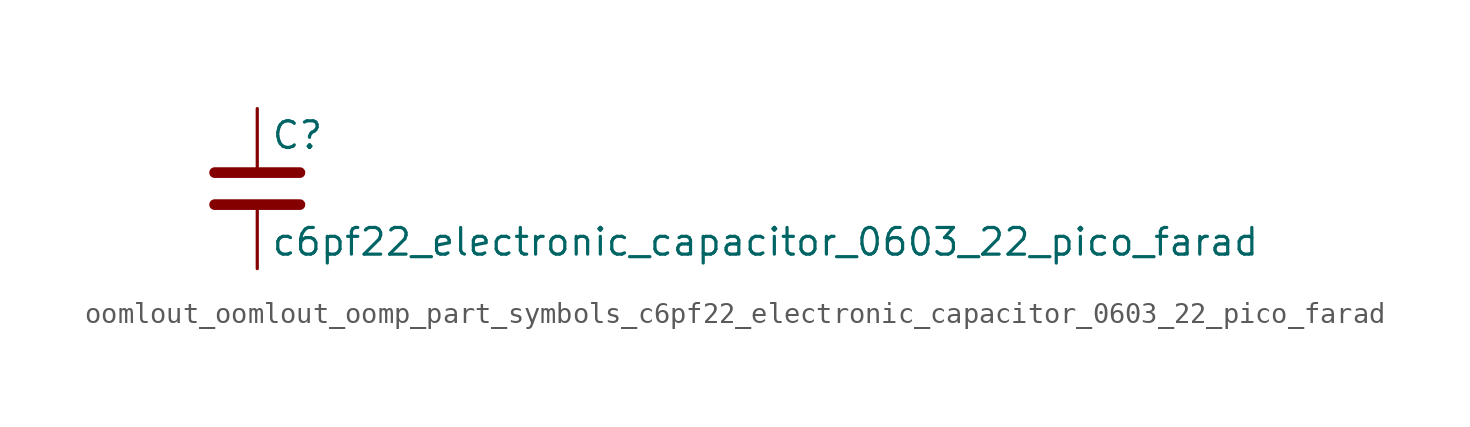
<source format=kicad_sym>
(kicad_symbol_lib
  (version 20220914)
  (generator kicad_symbol_editor)
  (symbol "oomlout_oomlout_oomp_part_symbols_c6pf22_electronic_capacitor_0603_22_pico_farad"
    (pin_numbers hide)
    (pin_names
      (offset 0.254))
    (property "Reference" "C"
      (at 0.635 2.54 0)
      (effects (font (size 1.27 1.27)) (justify left)))
    (property "Value" "c6pf22_electronic_capacitor_0603_22_pico_farad"
      (at 0.635 -2.54 0)
      (effects (font (size 1.27 1.27)) (justify left)))
    (symbol "oomlout_oomlout_oomp_part_symbols_c6pf22_electronic_capacitor_0603_22_pico_farad_0_1"
      (polyline (pts (xy -2.032 -0.762) (xy 2.032 -0.762)) (stroke (width 0.508) (type default)) (fill (type none)))
      (polyline (pts (xy -2.032 0.762) (xy 2.032 0.762)) (stroke (width 0.508) (type default)) (fill (type none))))
    (symbol "oomlout_oomlout_oomp_part_symbols_c6pf22_electronic_capacitor_0603_22_pico_farad_1_1"
      (pin passive line (at 0 3.81 270) (length 2.794) (name "~" (effects (font (size 1.27 1.27)))) (number "1" (effects (font (size 1.27 1.27)))))
      (pin passive line (at 0 -3.81 90) (length 2.794) (name "~" (effects (font (size 1.27 1.27)))) (number "2" (effects (font (size 1.27 1.27))))))))
</source>
